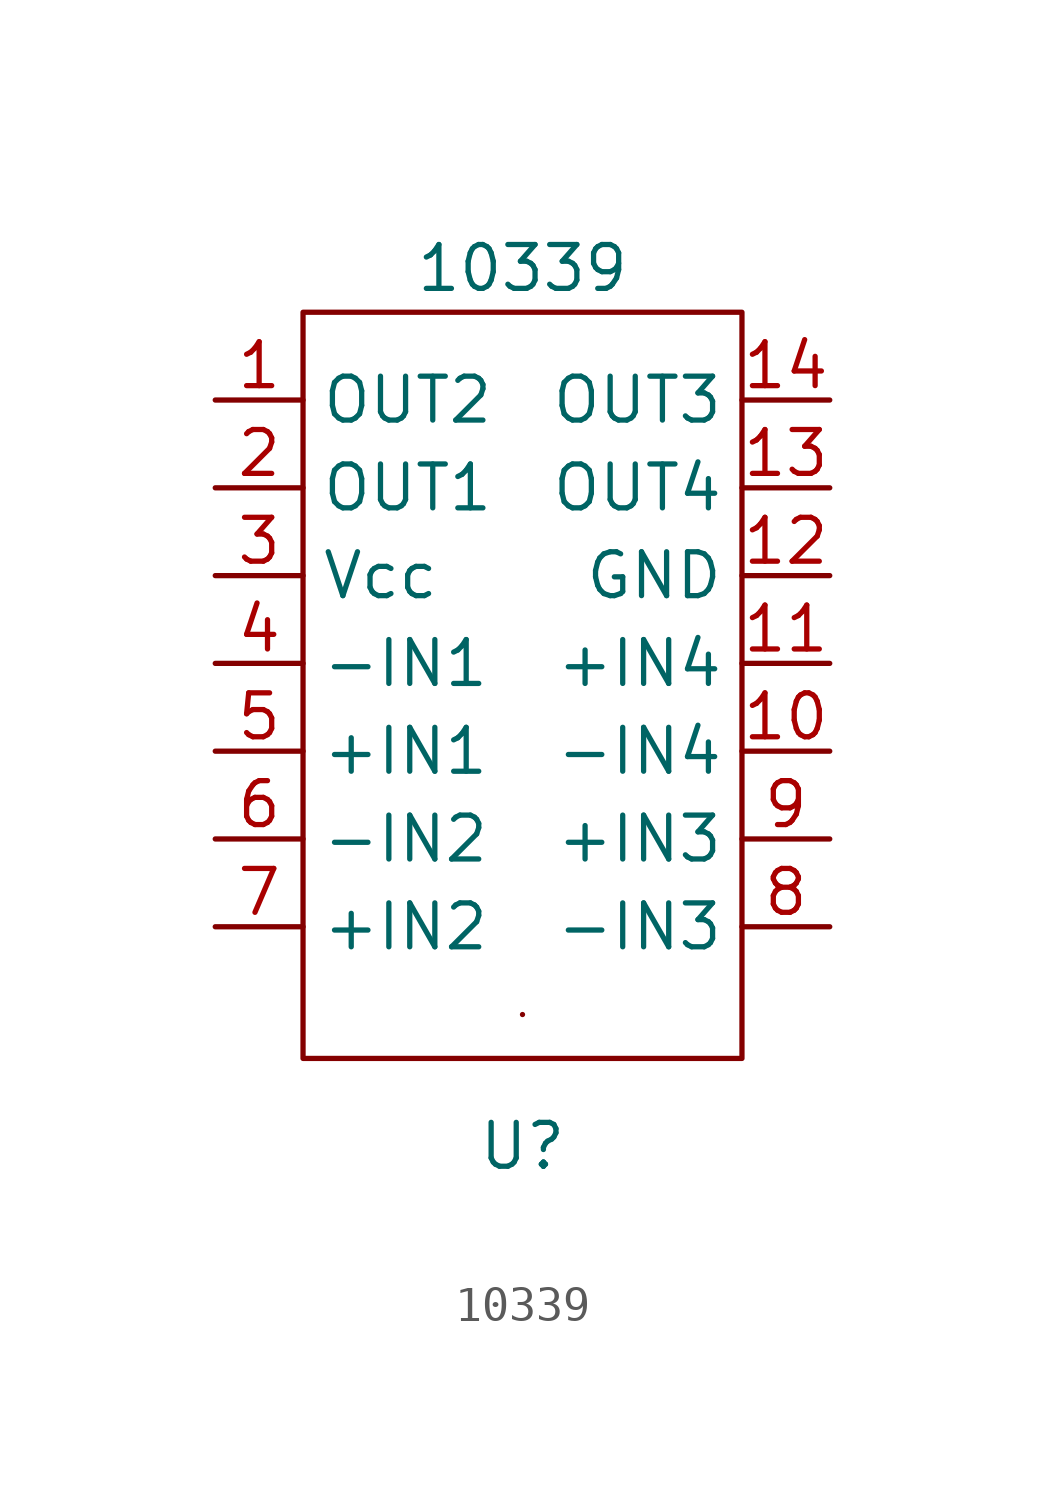
<source format=kicad_sym>
(kicad_symbol_lib
  (version 20211014)
  (generator kicad_symbol_editor)
  (symbol "10339"
    (property "Reference" "U"
      (at 0 -13.97 0)
      (effects (font (size 1.27 1.27))))
    (property "Value" "10339"
      (at 0 11.43 0)
      (effects (font (size 1.27 1.27))))
    (symbol "10339_0_1"
      (rectangle (start -6.35 10.16) (end 6.35 -11.43) (stroke (width 0) (type default) (color 0 0 0 0)) (fill (type none)))
      (rectangle (start 0 -10.16) (end 0 -10.16) (stroke (width 0) (type default) (color 0 0 0 0)) (fill (type none))))
    (symbol "10339_1_1"
      (pin output line (at -8.89 7.62 0) (length 2.54) (name "OUT2" (effects (font (size 1.27 1.27)))) (number "1" (effects (font (size 1.27 1.27)))))
      (pin input line (at 8.89 -2.54 180) (length 2.54) (name "-IN4" (effects (font (size 1.27 1.27)))) (number "10" (effects (font (size 1.27 1.27)))))
      (pin input line (at 8.89 0 180) (length 2.54) (name "+IN4" (effects (font (size 1.27 1.27)))) (number "11" (effects (font (size 1.27 1.27)))))
      (pin input line (at 8.89 2.54 180) (length 2.54) (name "GND" (effects (font (size 1.27 1.27)))) (number "12" (effects (font (size 1.27 1.27)))))
      (pin output line (at 8.89 5.08 180) (length 2.54) (name "OUT4" (effects (font (size 1.27 1.27)))) (number "13" (effects (font (size 1.27 1.27)))))
      (pin output line (at 8.89 7.62 180) (length 2.54) (name "OUT3" (effects (font (size 1.27 1.27)))) (number "14" (effects (font (size 1.27 1.27)))))
      (pin output line (at -8.89 5.08 0) (length 2.54) (name "OUT1" (effects (font (size 1.27 1.27)))) (number "2" (effects (font (size 1.27 1.27)))))
      (pin input line (at -8.89 2.54 0) (length 2.54) (name "Vcc" (effects (font (size 1.27 1.27)))) (number "3" (effects (font (size 1.27 1.27)))))
      (pin input line (at -8.89 0 0) (length 2.54) (name "-IN1" (effects (font (size 1.27 1.27)))) (number "4" (effects (font (size 1.27 1.27)))))
      (pin input line (at -8.89 -2.54 0) (length 2.54) (name "+IN1" (effects (font (size 1.27 1.27)))) (number "5" (effects (font (size 1.27 1.27)))))
      (pin input line (at -8.89 -5.08 0) (length 2.54) (name "-IN2" (effects (font (size 1.27 1.27)))) (number "6" (effects (font (size 1.27 1.27)))))
      (pin input line (at -8.89 -7.62 0) (length 2.54) (name "+IN2" (effects (font (size 1.27 1.27)))) (number "7" (effects (font (size 1.27 1.27)))))
      (pin input line (at 8.89 -7.62 180) (length 2.54) (name "-IN3" (effects (font (size 1.27 1.27)))) (number "8" (effects (font (size 1.27 1.27)))))
      (pin input line (at 8.89 -5.08 180) (length 2.54) (name "+IN3" (effects (font (size 1.27 1.27)))) (number "9" (effects (font (size 1.27 1.27))))))))
</source>
